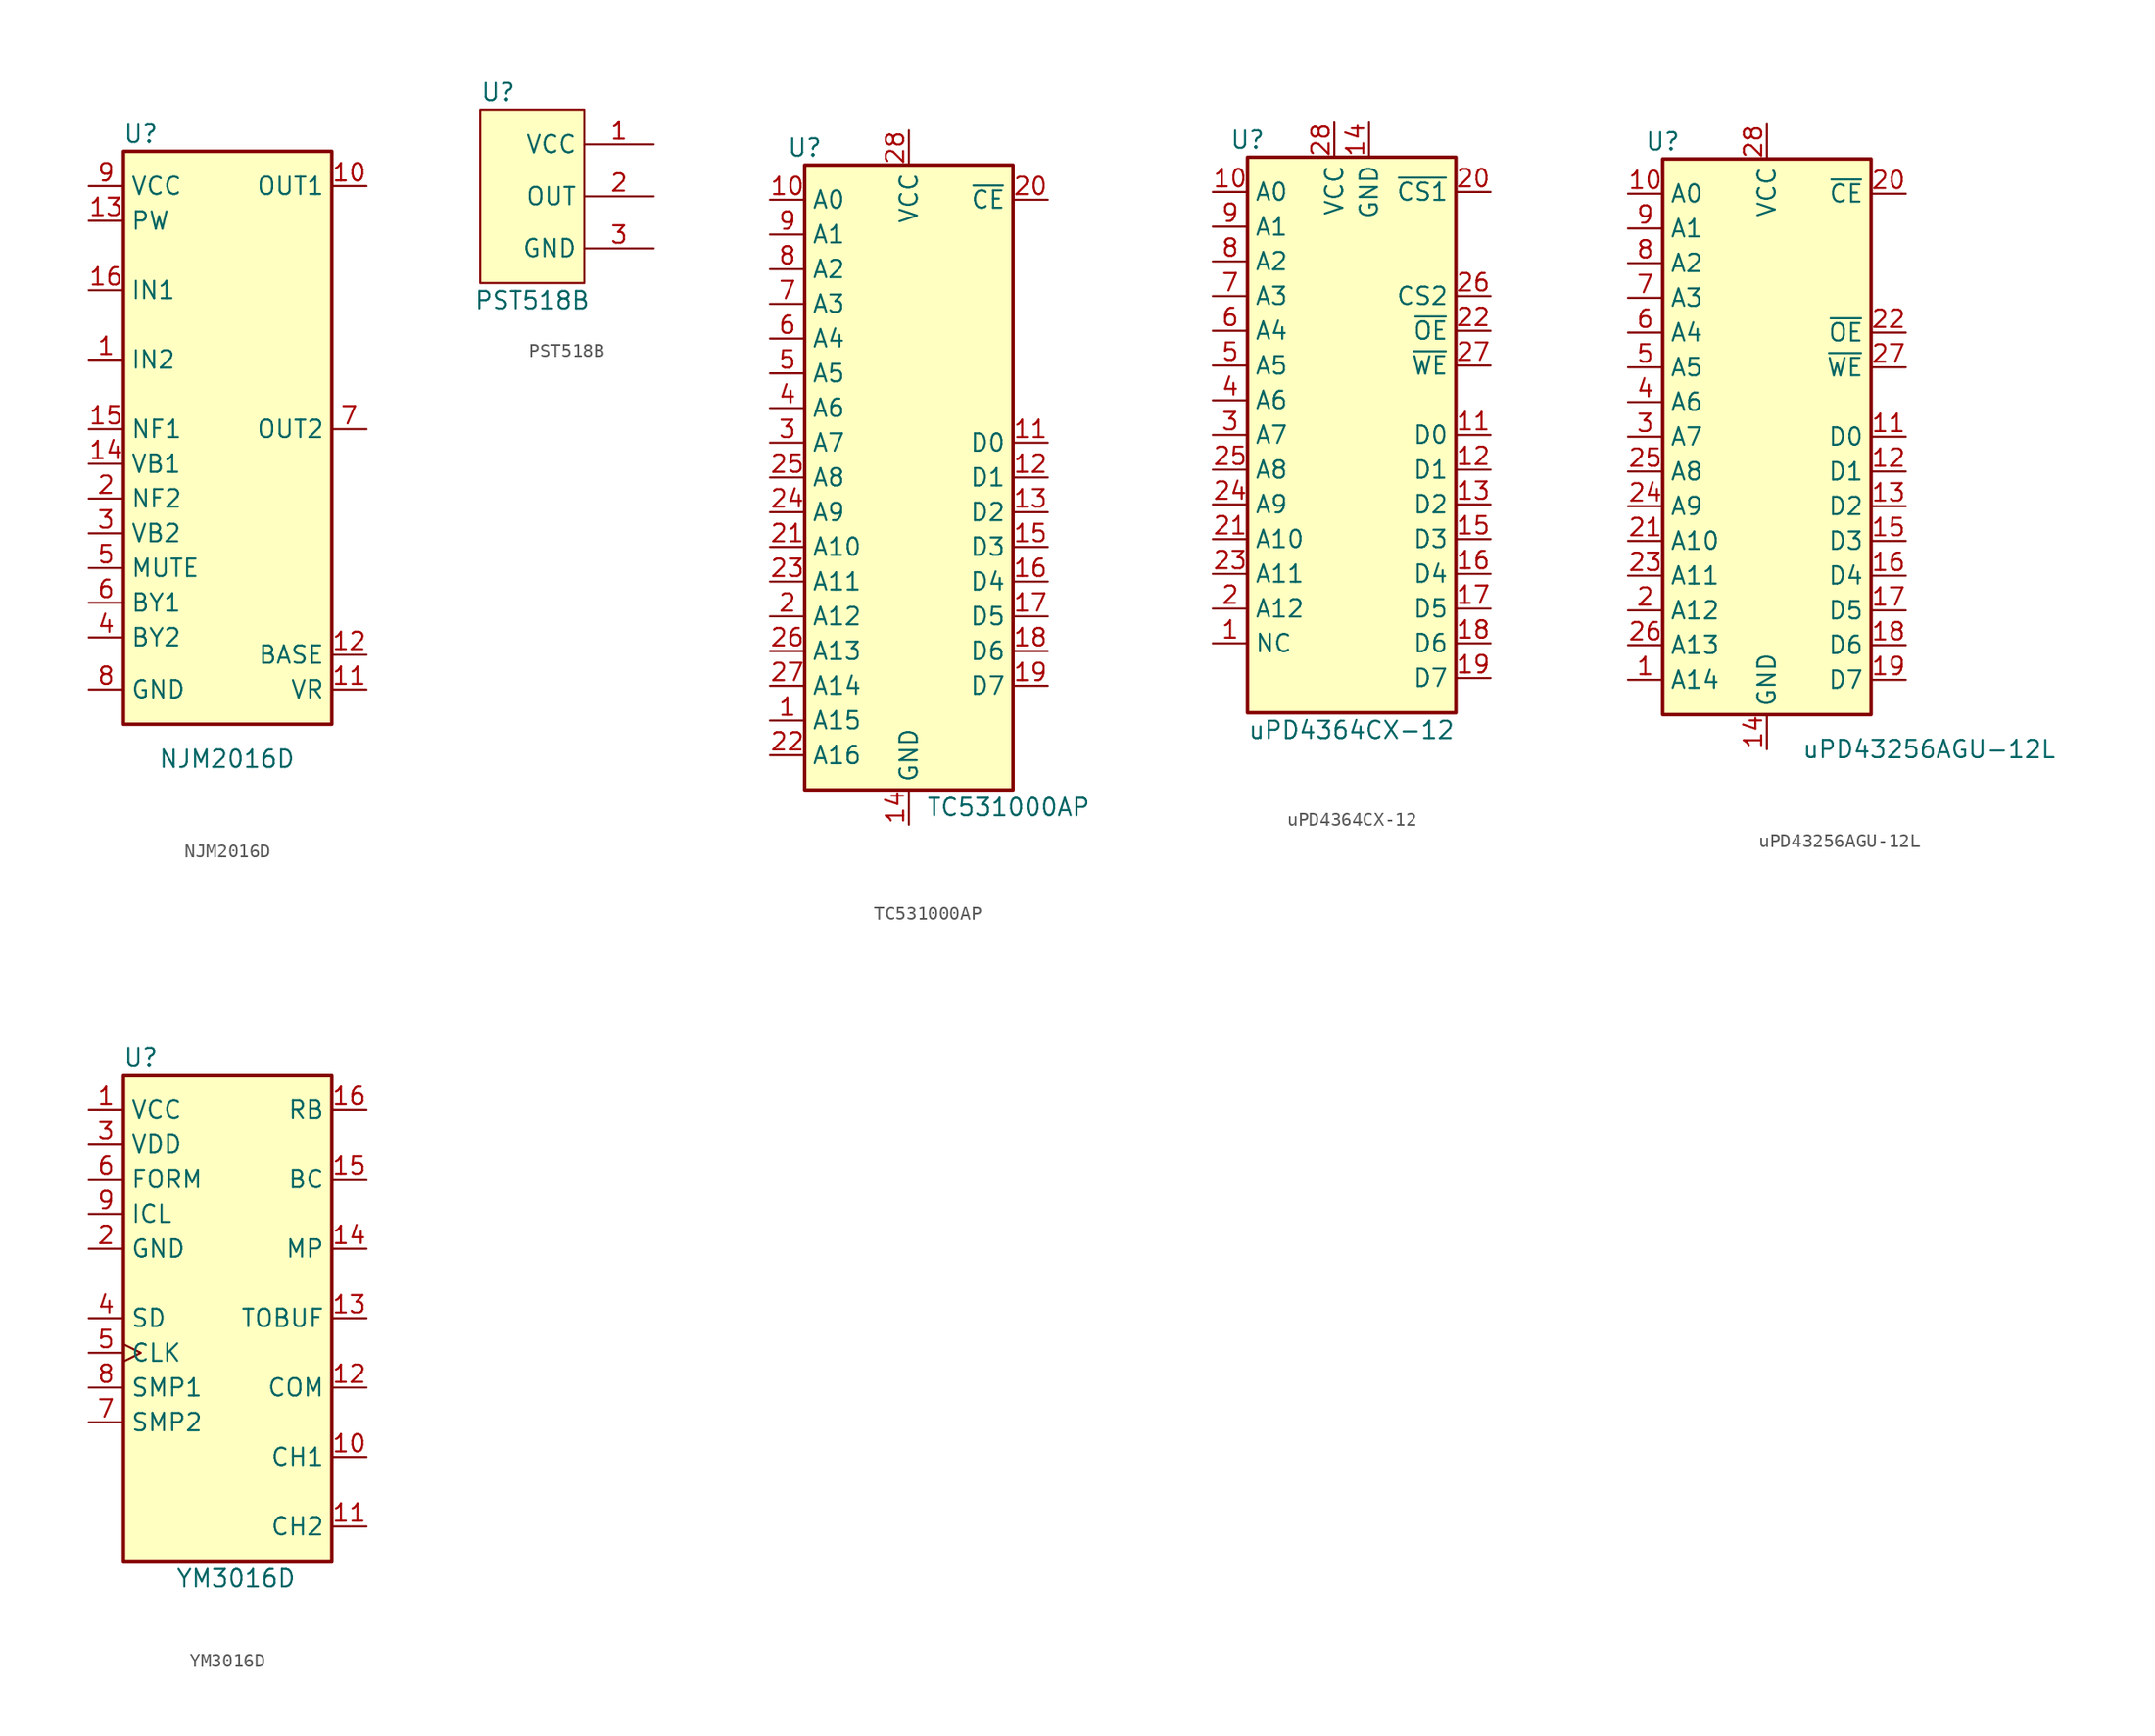
<source format=kicad_sym>
(kicad_symbol_lib
  (version 20211014)
  (generator kicad_symbol_editor)
  (symbol "NJM2016D"
    (property "Reference" "U"
      (at -6.35 26.67 0)
      (effects (font (size 1.27 1.27))))
    (property "Value" "NJM2016D"
      (at -5.08 -19.05 0)
      (effects (font (size 1.27 1.27)) (justify left)))
    (symbol "NJM2016D_1_1"
      (rectangle (start -7.62 25.4) (end 7.62 -16.51) (stroke (width 0.254) (type default) (color 0 0 0 0)) (fill (type background)))
      (pin input line (at -10.16 10.16 0) (length 2.54) (name "IN2" (effects (font (size 1.27 1.27)))) (number "1" (effects (font (size 1.27 1.27)))))
      (pin output line (at 10.16 22.86 180) (length 2.54) (name "OUT1" (effects (font (size 1.27 1.27)))) (number "10" (effects (font (size 1.27 1.27)))))
      (pin input line (at 10.16 -13.97 180) (length 2.54) (name "VR" (effects (font (size 1.27 1.27)))) (number "11" (effects (font (size 1.27 1.27)))))
      (pin input line (at 10.16 -11.43 180) (length 2.54) (name "BASE" (effects (font (size 1.27 1.27)))) (number "12" (effects (font (size 1.27 1.27)))))
      (pin input line (at -10.16 20.32 0) (length 2.54) (name "PW" (effects (font (size 1.27 1.27)))) (number "13" (effects (font (size 1.27 1.27)))))
      (pin input line (at -10.16 2.54 0) (length 2.54) (name "VB1" (effects (font (size 1.27 1.27)))) (number "14" (effects (font (size 1.27 1.27)))))
      (pin input line (at -10.16 5.08 0) (length 2.54) (name "NF1" (effects (font (size 1.27 1.27)))) (number "15" (effects (font (size 1.27 1.27)))))
      (pin input line (at -10.16 15.24 0) (length 2.54) (name "IN1" (effects (font (size 1.27 1.27)))) (number "16" (effects (font (size 1.27 1.27)))))
      (pin input line (at -10.16 0 0) (length 2.54) (name "NF2" (effects (font (size 1.27 1.27)))) (number "2" (effects (font (size 1.27 1.27)))))
      (pin input line (at -10.16 -2.54 0) (length 2.54) (name "VB2" (effects (font (size 1.27 1.27)))) (number "3" (effects (font (size 1.27 1.27)))))
      (pin input line (at -10.16 -10.16 0) (length 2.54) (name "BY2" (effects (font (size 1.27 1.27)))) (number "4" (effects (font (size 1.27 1.27)))))
      (pin input line (at -10.16 -5.08 0) (length 2.54) (name "MUTE" (effects (font (size 1.27 1.27)))) (number "5" (effects (font (size 1.27 1.27)))))
      (pin input line (at -10.16 -7.62 0) (length 2.54) (name "BY1" (effects (font (size 1.27 1.27)))) (number "6" (effects (font (size 1.27 1.27)))))
      (pin output line (at 10.16 5.08 180) (length 2.54) (name "OUT2" (effects (font (size 1.27 1.27)))) (number "7" (effects (font (size 1.27 1.27)))))
      (pin power_in line (at -10.16 -13.97 0) (length 2.54) (name "GND" (effects (font (size 1.27 1.27)))) (number "8" (effects (font (size 1.27 1.27)))))
      (pin power_in line (at -10.16 22.86 0) (length 2.54) (name "VCC" (effects (font (size 1.27 1.27)))) (number "9" (effects (font (size 1.27 1.27)))))))
  (symbol "PST518B"
    (property "Reference" "U"
      (at -3.81 -1.27 0)
      (effects (font (size 1.27 1.27)) (justify left)))
    (property "Value" "PST518B"
      (at 0 -16.51 0)
      (effects (font (size 1.27 1.27))))
    (symbol "PST518B_0_1"
      (rectangle (start -3.81 -2.54) (end 3.81 -15.24) (stroke (width 0) (type default) (color 0 0 0 0)) (fill (type background))))
    (symbol "PST518B_1_1"
      (pin power_in line (at 8.89 -5.08 180) (length 5.08) (name "VCC" (effects (font (size 1.27 1.27)))) (number "1" (effects (font (size 1.27 1.27)))))
      (pin power_out line (at 8.89 -8.89 180) (length 5.08) (name "OUT" (effects (font (size 1.27 1.27)))) (number "2" (effects (font (size 1.27 1.27)))))
      (pin power_in line (at 8.89 -12.7 180) (length 5.08) (name "GND" (effects (font (size 1.27 1.27)))) (number "3" (effects (font (size 1.27 1.27)))))))
  (symbol "TC531000AP"
    (property "Reference" "U"
      (at -7.62 26.67 0)
      (effects (font (size 1.27 1.27))))
    (property "Value" "TC531000AP"
      (at 1.27 -21.59 0)
      (effects (font (size 1.27 1.27)) (justify left)))
    (symbol "TC531000AP_1_1"
      (rectangle (start -7.62 25.4) (end 7.62 -20.32) (stroke (width 0.254) (type default) (color 0 0 0 0)) (fill (type background)))
      (pin input line (at -10.16 -15.24 0) (length 2.54) (name "A15" (effects (font (size 1.27 1.27)))) (number "1" (effects (font (size 1.27 1.27)))))
      (pin input line (at -10.16 22.86 0) (length 2.54) (name "A0" (effects (font (size 1.27 1.27)))) (number "10" (effects (font (size 1.27 1.27)))))
      (pin tri_state line (at 10.16 5.08 180) (length 2.54) (name "D0" (effects (font (size 1.27 1.27)))) (number "11" (effects (font (size 1.27 1.27)))))
      (pin tri_state line (at 10.16 2.54 180) (length 2.54) (name "D1" (effects (font (size 1.27 1.27)))) (number "12" (effects (font (size 1.27 1.27)))))
      (pin tri_state line (at 10.16 0 180) (length 2.54) (name "D2" (effects (font (size 1.27 1.27)))) (number "13" (effects (font (size 1.27 1.27)))))
      (pin power_in line (at 0 -22.86 90) (length 2.54) (name "GND" (effects (font (size 1.27 1.27)))) (number "14" (effects (font (size 1.27 1.27)))))
      (pin tri_state line (at 10.16 -2.54 180) (length 2.54) (name "D3" (effects (font (size 1.27 1.27)))) (number "15" (effects (font (size 1.27 1.27)))))
      (pin tri_state line (at 10.16 -5.08 180) (length 2.54) (name "D4" (effects (font (size 1.27 1.27)))) (number "16" (effects (font (size 1.27 1.27)))))
      (pin tri_state line (at 10.16 -7.62 180) (length 2.54) (name "D5" (effects (font (size 1.27 1.27)))) (number "17" (effects (font (size 1.27 1.27)))))
      (pin tri_state line (at 10.16 -10.16 180) (length 2.54) (name "D6" (effects (font (size 1.27 1.27)))) (number "18" (effects (font (size 1.27 1.27)))))
      (pin tri_state line (at 10.16 -12.7 180) (length 2.54) (name "D7" (effects (font (size 1.27 1.27)))) (number "19" (effects (font (size 1.27 1.27)))))
      (pin input line (at -10.16 -7.62 0) (length 2.54) (name "A12" (effects (font (size 1.27 1.27)))) (number "2" (effects (font (size 1.27 1.27)))))
      (pin input line (at 10.16 22.86 180) (length 2.54) (name "~{CE}" (effects (font (size 1.27 1.27)))) (number "20" (effects (font (size 1.27 1.27)))))
      (pin input line (at -10.16 -2.54 0) (length 2.54) (name "A10" (effects (font (size 1.27 1.27)))) (number "21" (effects (font (size 1.27 1.27)))))
      (pin input line (at -10.16 -17.78 0) (length 2.54) (name "A16" (effects (font (size 1.27 1.27)))) (number "22" (effects (font (size 1.27 1.27)))))
      (pin input line (at -10.16 -5.08 0) (length 2.54) (name "A11" (effects (font (size 1.27 1.27)))) (number "23" (effects (font (size 1.27 1.27)))))
      (pin input line (at -10.16 0 0) (length 2.54) (name "A9" (effects (font (size 1.27 1.27)))) (number "24" (effects (font (size 1.27 1.27)))))
      (pin input line (at -10.16 2.54 0) (length 2.54) (name "A8" (effects (font (size 1.27 1.27)))) (number "25" (effects (font (size 1.27 1.27)))))
      (pin input line (at -10.16 -10.16 0) (length 2.54) (name "A13" (effects (font (size 1.27 1.27)))) (number "26" (effects (font (size 1.27 1.27)))))
      (pin input line (at -10.16 -12.7 0) (length 2.54) (name "A14" (effects (font (size 1.27 1.27)))) (number "27" (effects (font (size 1.27 1.27)))))
      (pin power_in line (at 0 27.94 270) (length 2.54) (name "VCC" (effects (font (size 1.27 1.27)))) (number "28" (effects (font (size 1.27 1.27)))))
      (pin input line (at -10.16 5.08 0) (length 2.54) (name "A7" (effects (font (size 1.27 1.27)))) (number "3" (effects (font (size 1.27 1.27)))))
      (pin input line (at -10.16 7.62 0) (length 2.54) (name "A6" (effects (font (size 1.27 1.27)))) (number "4" (effects (font (size 1.27 1.27)))))
      (pin input line (at -10.16 10.16 0) (length 2.54) (name "A5" (effects (font (size 1.27 1.27)))) (number "5" (effects (font (size 1.27 1.27)))))
      (pin input line (at -10.16 12.7 0) (length 2.54) (name "A4" (effects (font (size 1.27 1.27)))) (number "6" (effects (font (size 1.27 1.27)))))
      (pin input line (at -10.16 15.24 0) (length 2.54) (name "A3" (effects (font (size 1.27 1.27)))) (number "7" (effects (font (size 1.27 1.27)))))
      (pin input line (at -10.16 17.78 0) (length 2.54) (name "A2" (effects (font (size 1.27 1.27)))) (number "8" (effects (font (size 1.27 1.27)))))
      (pin input line (at -10.16 20.32 0) (length 2.54) (name "A1" (effects (font (size 1.27 1.27)))) (number "9" (effects (font (size 1.27 1.27)))))))
  (symbol "uPD4364CX-12"
    (property "Reference" "U"
      (at -7.62 26.67 0)
      (effects (font (size 1.27 1.27))))
    (property "Value" "uPD4364CX-12"
      (at -7.62 -16.51 0)
      (effects (font (size 1.27 1.27)) (justify left)))
    (symbol "uPD4364CX-12_1_1"
      (rectangle (start -7.62 25.4) (end 7.62 -15.24) (stroke (width 0.254) (type default) (color 0 0 0 0)) (fill (type background)))
      (pin input line (at -10.16 -10.16 0) (length 2.54) (name "NC" (effects (font (size 1.27 1.27)))) (number "1" (effects (font (size 1.27 1.27)))))
      (pin input line (at -10.16 22.86 0) (length 2.54) (name "A0" (effects (font (size 1.27 1.27)))) (number "10" (effects (font (size 1.27 1.27)))))
      (pin tri_state line (at 10.16 5.08 180) (length 2.54) (name "D0" (effects (font (size 1.27 1.27)))) (number "11" (effects (font (size 1.27 1.27)))))
      (pin tri_state line (at 10.16 2.54 180) (length 2.54) (name "D1" (effects (font (size 1.27 1.27)))) (number "12" (effects (font (size 1.27 1.27)))))
      (pin tri_state line (at 10.16 0 180) (length 2.54) (name "D2" (effects (font (size 1.27 1.27)))) (number "13" (effects (font (size 1.27 1.27)))))
      (pin power_in line (at 1.27 27.94 270) (length 2.54) (name "GND" (effects (font (size 1.27 1.27)))) (number "14" (effects (font (size 1.27 1.27)))))
      (pin tri_state line (at 10.16 -2.54 180) (length 2.54) (name "D3" (effects (font (size 1.27 1.27)))) (number "15" (effects (font (size 1.27 1.27)))))
      (pin tri_state line (at 10.16 -5.08 180) (length 2.54) (name "D4" (effects (font (size 1.27 1.27)))) (number "16" (effects (font (size 1.27 1.27)))))
      (pin tri_state line (at 10.16 -7.62 180) (length 2.54) (name "D5" (effects (font (size 1.27 1.27)))) (number "17" (effects (font (size 1.27 1.27)))))
      (pin tri_state line (at 10.16 -10.16 180) (length 2.54) (name "D6" (effects (font (size 1.27 1.27)))) (number "18" (effects (font (size 1.27 1.27)))))
      (pin tri_state line (at 10.16 -12.7 180) (length 2.54) (name "D7" (effects (font (size 1.27 1.27)))) (number "19" (effects (font (size 1.27 1.27)))))
      (pin input line (at -10.16 -7.62 0) (length 2.54) (name "A12" (effects (font (size 1.27 1.27)))) (number "2" (effects (font (size 1.27 1.27)))))
      (pin input line (at 10.16 22.86 180) (length 2.54) (name "~{CS1}" (effects (font (size 1.27 1.27)))) (number "20" (effects (font (size 1.27 1.27)))))
      (pin input line (at -10.16 -2.54 0) (length 2.54) (name "A10" (effects (font (size 1.27 1.27)))) (number "21" (effects (font (size 1.27 1.27)))))
      (pin input line (at 10.16 12.7 180) (length 2.54) (name "~{OE}" (effects (font (size 1.27 1.27)))) (number "22" (effects (font (size 1.27 1.27)))))
      (pin input line (at -10.16 -5.08 0) (length 2.54) (name "A11" (effects (font (size 1.27 1.27)))) (number "23" (effects (font (size 1.27 1.27)))))
      (pin input line (at -10.16 0 0) (length 2.54) (name "A9" (effects (font (size 1.27 1.27)))) (number "24" (effects (font (size 1.27 1.27)))))
      (pin input line (at -10.16 2.54 0) (length 2.54) (name "A8" (effects (font (size 1.27 1.27)))) (number "25" (effects (font (size 1.27 1.27)))))
      (pin input line (at 10.16 15.24 180) (length 2.54) (name "CS2" (effects (font (size 1.27 1.27)))) (number "26" (effects (font (size 1.27 1.27)))))
      (pin input line (at 10.16 10.16 180) (length 2.54) (name "~{WE}" (effects (font (size 1.27 1.27)))) (number "27" (effects (font (size 1.27 1.27)))))
      (pin power_in line (at -1.27 27.94 270) (length 2.54) (name "VCC" (effects (font (size 1.27 1.27)))) (number "28" (effects (font (size 1.27 1.27)))))
      (pin input line (at -10.16 5.08 0) (length 2.54) (name "A7" (effects (font (size 1.27 1.27)))) (number "3" (effects (font (size 1.27 1.27)))))
      (pin input line (at -10.16 7.62 0) (length 2.54) (name "A6" (effects (font (size 1.27 1.27)))) (number "4" (effects (font (size 1.27 1.27)))))
      (pin input line (at -10.16 10.16 0) (length 2.54) (name "A5" (effects (font (size 1.27 1.27)))) (number "5" (effects (font (size 1.27 1.27)))))
      (pin input line (at -10.16 12.7 0) (length 2.54) (name "A4" (effects (font (size 1.27 1.27)))) (number "6" (effects (font (size 1.27 1.27)))))
      (pin input line (at -10.16 15.24 0) (length 2.54) (name "A3" (effects (font (size 1.27 1.27)))) (number "7" (effects (font (size 1.27 1.27)))))
      (pin input line (at -10.16 17.78 0) (length 2.54) (name "A2" (effects (font (size 1.27 1.27)))) (number "8" (effects (font (size 1.27 1.27)))))
      (pin input line (at -10.16 20.32 0) (length 2.54) (name "A1" (effects (font (size 1.27 1.27)))) (number "9" (effects (font (size 1.27 1.27)))))))
  (symbol "uPD43256AGU-12L"
    (property "Reference" "U"
      (at -7.62 26.67 0)
      (effects (font (size 1.27 1.27))))
    (property "Value" "uPD43256AGU-12L"
      (at 2.54 -17.78 0)
      (effects (font (size 1.27 1.27)) (justify left)))
    (symbol "uPD43256AGU-12L_1_1"
      (rectangle (start -7.62 25.4) (end 7.62 -15.24) (stroke (width 0.254) (type default) (color 0 0 0 0)) (fill (type background)))
      (pin input line (at -10.16 -12.7 0) (length 2.54) (name "A14" (effects (font (size 1.27 1.27)))) (number "1" (effects (font (size 1.27 1.27)))))
      (pin input line (at -10.16 22.86 0) (length 2.54) (name "A0" (effects (font (size 1.27 1.27)))) (number "10" (effects (font (size 1.27 1.27)))))
      (pin tri_state line (at 10.16 5.08 180) (length 2.54) (name "D0" (effects (font (size 1.27 1.27)))) (number "11" (effects (font (size 1.27 1.27)))))
      (pin tri_state line (at 10.16 2.54 180) (length 2.54) (name "D1" (effects (font (size 1.27 1.27)))) (number "12" (effects (font (size 1.27 1.27)))))
      (pin tri_state line (at 10.16 0 180) (length 2.54) (name "D2" (effects (font (size 1.27 1.27)))) (number "13" (effects (font (size 1.27 1.27)))))
      (pin power_in line (at 0 -17.78 90) (length 2.54) (name "GND" (effects (font (size 1.27 1.27)))) (number "14" (effects (font (size 1.27 1.27)))))
      (pin tri_state line (at 10.16 -2.54 180) (length 2.54) (name "D3" (effects (font (size 1.27 1.27)))) (number "15" (effects (font (size 1.27 1.27)))))
      (pin tri_state line (at 10.16 -5.08 180) (length 2.54) (name "D4" (effects (font (size 1.27 1.27)))) (number "16" (effects (font (size 1.27 1.27)))))
      (pin tri_state line (at 10.16 -7.62 180) (length 2.54) (name "D5" (effects (font (size 1.27 1.27)))) (number "17" (effects (font (size 1.27 1.27)))))
      (pin tri_state line (at 10.16 -10.16 180) (length 2.54) (name "D6" (effects (font (size 1.27 1.27)))) (number "18" (effects (font (size 1.27 1.27)))))
      (pin tri_state line (at 10.16 -12.7 180) (length 2.54) (name "D7" (effects (font (size 1.27 1.27)))) (number "19" (effects (font (size 1.27 1.27)))))
      (pin input line (at -10.16 -7.62 0) (length 2.54) (name "A12" (effects (font (size 1.27 1.27)))) (number "2" (effects (font (size 1.27 1.27)))))
      (pin input line (at 10.16 22.86 180) (length 2.54) (name "~{CE}" (effects (font (size 1.27 1.27)))) (number "20" (effects (font (size 1.27 1.27)))))
      (pin input line (at -10.16 -2.54 0) (length 2.54) (name "A10" (effects (font (size 1.27 1.27)))) (number "21" (effects (font (size 1.27 1.27)))))
      (pin input line (at 10.16 12.7 180) (length 2.54) (name "~{OE}" (effects (font (size 1.27 1.27)))) (number "22" (effects (font (size 1.27 1.27)))))
      (pin input line (at -10.16 -5.08 0) (length 2.54) (name "A11" (effects (font (size 1.27 1.27)))) (number "23" (effects (font (size 1.27 1.27)))))
      (pin input line (at -10.16 0 0) (length 2.54) (name "A9" (effects (font (size 1.27 1.27)))) (number "24" (effects (font (size 1.27 1.27)))))
      (pin input line (at -10.16 2.54 0) (length 2.54) (name "A8" (effects (font (size 1.27 1.27)))) (number "25" (effects (font (size 1.27 1.27)))))
      (pin input line (at -10.16 -10.16 0) (length 2.54) (name "A13" (effects (font (size 1.27 1.27)))) (number "26" (effects (font (size 1.27 1.27)))))
      (pin input line (at 10.16 10.16 180) (length 2.54) (name "~{WE}" (effects (font (size 1.27 1.27)))) (number "27" (effects (font (size 1.27 1.27)))))
      (pin power_in line (at 0 27.94 270) (length 2.54) (name "VCC" (effects (font (size 1.27 1.27)))) (number "28" (effects (font (size 1.27 1.27)))))
      (pin input line (at -10.16 5.08 0) (length 2.54) (name "A7" (effects (font (size 1.27 1.27)))) (number "3" (effects (font (size 1.27 1.27)))))
      (pin input line (at -10.16 7.62 0) (length 2.54) (name "A6" (effects (font (size 1.27 1.27)))) (number "4" (effects (font (size 1.27 1.27)))))
      (pin input line (at -10.16 10.16 0) (length 2.54) (name "A5" (effects (font (size 1.27 1.27)))) (number "5" (effects (font (size 1.27 1.27)))))
      (pin input line (at -10.16 12.7 0) (length 2.54) (name "A4" (effects (font (size 1.27 1.27)))) (number "6" (effects (font (size 1.27 1.27)))))
      (pin input line (at -10.16 15.24 0) (length 2.54) (name "A3" (effects (font (size 1.27 1.27)))) (number "7" (effects (font (size 1.27 1.27)))))
      (pin input line (at -10.16 17.78 0) (length 2.54) (name "A2" (effects (font (size 1.27 1.27)))) (number "8" (effects (font (size 1.27 1.27)))))
      (pin input line (at -10.16 20.32 0) (length 2.54) (name "A1" (effects (font (size 1.27 1.27)))) (number "9" (effects (font (size 1.27 1.27)))))))
  (symbol "YM3016D"
    (property "Reference" "U"
      (at -6.35 26.67 0)
      (effects (font (size 1.27 1.27))))
    (property "Value" "YM3016D"
      (at -3.81 -11.43 0)
      (effects (font (size 1.27 1.27)) (justify left)))
    (symbol "YM3016D_1_1"
      (rectangle (start -7.62 25.4) (end 7.62 -10.16) (stroke (width 0.254) (type default) (color 0 0 0 0)) (fill (type background)))
      (pin power_in line (at -10.16 22.86 0) (length 2.54) (name "VCC" (effects (font (size 1.27 1.27)))) (number "1" (effects (font (size 1.27 1.27)))))
      (pin output line (at 10.16 -2.54 180) (length 2.54) (name "CH1" (effects (font (size 1.27 1.27)))) (number "10" (effects (font (size 1.27 1.27)))))
      (pin output line (at 10.16 -7.62 180) (length 2.54) (name "CH2" (effects (font (size 1.27 1.27)))) (number "11" (effects (font (size 1.27 1.27)))))
      (pin bidirectional line (at 10.16 2.54 180) (length 2.54) (name "COM" (effects (font (size 1.27 1.27)))) (number "12" (effects (font (size 1.27 1.27)))))
      (pin bidirectional line (at 10.16 7.62 180) (length 2.54) (name "TOBUF" (effects (font (size 1.27 1.27)))) (number "13" (effects (font (size 1.27 1.27)))))
      (pin bidirectional line (at 10.16 12.7 180) (length 2.54) (name "MP" (effects (font (size 1.27 1.27)))) (number "14" (effects (font (size 1.27 1.27)))))
      (pin bidirectional line (at 10.16 17.78 180) (length 2.54) (name "BC" (effects (font (size 1.27 1.27)))) (number "15" (effects (font (size 1.27 1.27)))))
      (pin bidirectional line (at 10.16 22.86 180) (length 2.54) (name "RB" (effects (font (size 1.27 1.27)))) (number "16" (effects (font (size 1.27 1.27)))))
      (pin power_in line (at -10.16 12.7 0) (length 2.54) (name "GND" (effects (font (size 1.27 1.27)))) (number "2" (effects (font (size 1.27 1.27)))))
      (pin power_in line (at -10.16 20.32 0) (length 2.54) (name "VDD" (effects (font (size 1.27 1.27)))) (number "3" (effects (font (size 1.27 1.27)))))
      (pin input line (at -10.16 7.62 0) (length 2.54) (name "SD" (effects (font (size 1.27 1.27)))) (number "4" (effects (font (size 1.27 1.27)))))
      (pin input clock (at -10.16 5.08 0) (length 2.54) (name "CLK" (effects (font (size 1.27 1.27)))) (number "5" (effects (font (size 1.27 1.27)))))
      (pin input line (at -10.16 17.78 0) (length 2.54) (name "FORM" (effects (font (size 1.27 1.27)))) (number "6" (effects (font (size 1.27 1.27)))))
      (pin input line (at -10.16 0 0) (length 2.54) (name "SMP2" (effects (font (size 1.27 1.27)))) (number "7" (effects (font (size 1.27 1.27)))))
      (pin input line (at -10.16 2.54 0) (length 2.54) (name "SMP1" (effects (font (size 1.27 1.27)))) (number "8" (effects (font (size 1.27 1.27)))))
      (pin input line (at -10.16 15.24 0) (length 2.54) (name "ICL" (effects (font (size 1.27 1.27)))) (number "9" (effects (font (size 1.27 1.27))))))))
</source>
